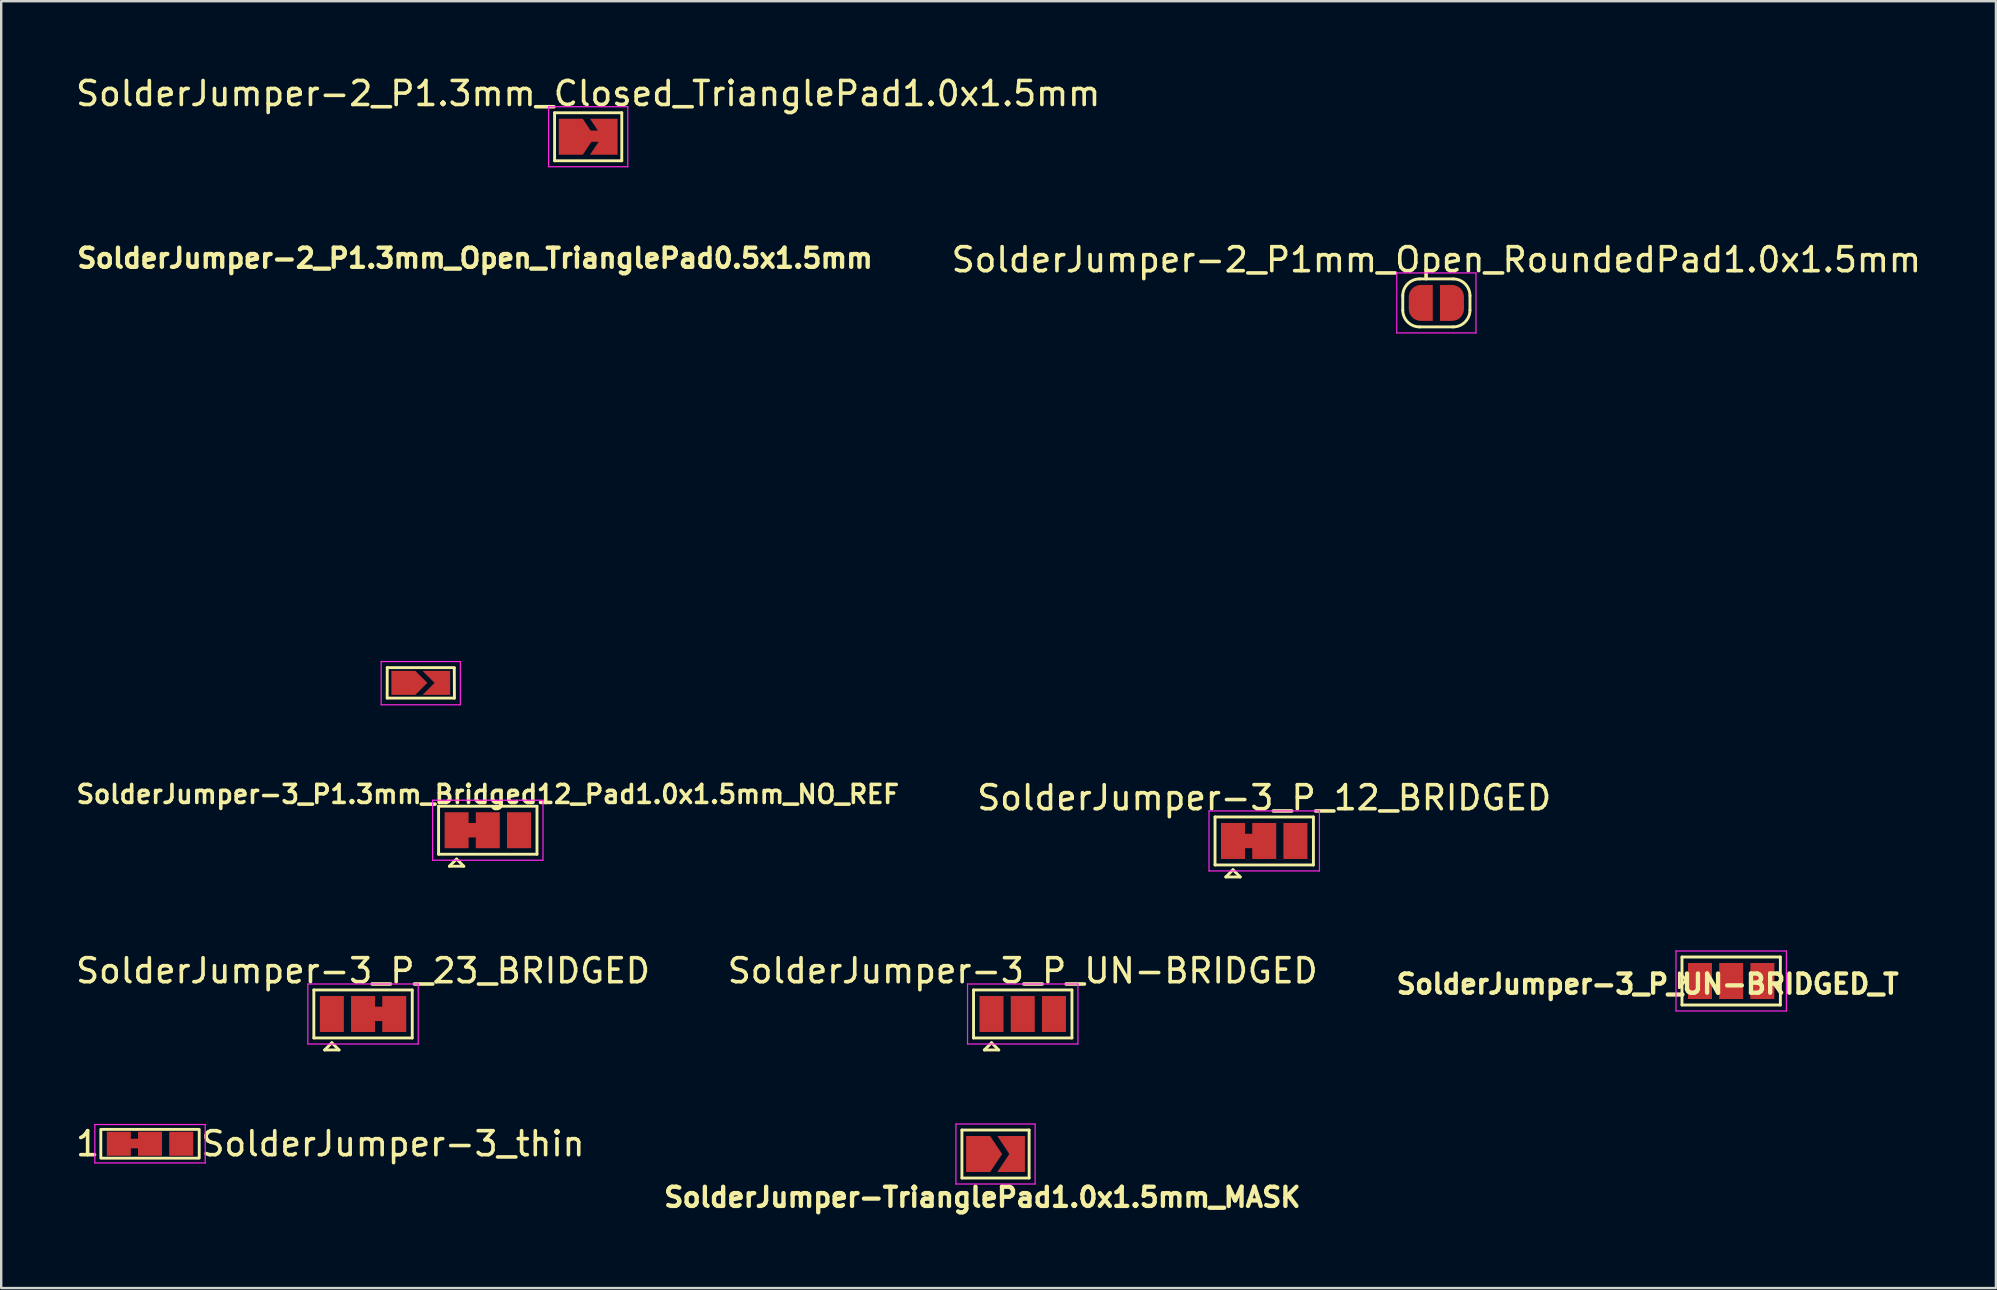
<source format=kicad_pcb>
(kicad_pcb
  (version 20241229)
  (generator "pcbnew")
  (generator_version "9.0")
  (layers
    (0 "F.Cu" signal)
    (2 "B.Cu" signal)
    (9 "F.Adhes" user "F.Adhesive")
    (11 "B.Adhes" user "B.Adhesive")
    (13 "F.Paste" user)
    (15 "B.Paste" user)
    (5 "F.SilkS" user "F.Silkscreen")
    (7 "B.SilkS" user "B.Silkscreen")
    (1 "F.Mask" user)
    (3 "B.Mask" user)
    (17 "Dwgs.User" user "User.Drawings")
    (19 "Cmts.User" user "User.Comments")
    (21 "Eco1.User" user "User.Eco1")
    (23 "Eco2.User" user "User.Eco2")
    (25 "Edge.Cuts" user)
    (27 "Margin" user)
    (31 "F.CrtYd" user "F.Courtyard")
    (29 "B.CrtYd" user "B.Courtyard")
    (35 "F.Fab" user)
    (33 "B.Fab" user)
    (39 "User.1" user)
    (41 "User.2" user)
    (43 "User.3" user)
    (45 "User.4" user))
  (footprint "SolderJumper-3_P_UN-BRIDGED"
    (layer "F.Cu")
    (at 39.565 39.2)
    (property "Reference" "SolderJumper-3_P_UN-BRIDGED" (at 0 -1.8 0) (layer "F.SilkS") (effects (font (size 1 1) (thickness 0.15))))
    (attr exclude_from_pos_files exclude_from_bom)
    (fp_line (start -2.05 -1) (end 2.05 -1) (stroke (width 0.12) (type solid)) (layer "F.SilkS"))
    (fp_line (start -2.05 1) (end -2.05 -1) (stroke (width 0.12) (type solid)) (layer "F.SilkS"))
    (fp_line (start -1.6 1.5) (end -1 1.5) (stroke (width 0.12) (type solid)) (layer "F.SilkS"))
    (fp_line (start -1.3 1.2) (end -1.6 1.5) (stroke (width 0.12) (type solid)) (layer "F.SilkS"))
    (fp_line (start -1.3 1.2) (end -1 1.5) (stroke (width 0.12) (type solid)) (layer "F.SilkS"))
    (fp_line (start 2.05 -1) (end 2.05 1) (stroke (width 0.12) (type solid)) (layer "F.SilkS"))
    (fp_line (start 2.05 1) (end -2.05 1) (stroke (width 0.12) (type solid)) (layer "F.SilkS"))
    (fp_line (start -2.3 -1.25) (end -2.3 1.25) (stroke (width 0.05) (type solid)) (layer "F.CrtYd"))
    (fp_line (start -2.3 -1.25) (end 2.3 -1.25) (stroke (width 0.05) (type solid)) (layer "F.CrtYd"))
    (fp_line (start 2.3 1.25) (end -2.3 1.25) (stroke (width 0.05) (type solid)) (layer "F.CrtYd"))
    (fp_line (start 2.3 1.25) (end 2.3 -1.25) (stroke (width 0.05) (type solid)) (layer "F.CrtYd"))
    (pad "1" smd rect (at -1.3 0) (size 1 1.5) (layers "F.Cu" "F.Mask"))
    (pad "2" smd rect (at 0 0) (size 1 1.5) (layers "F.Cu" "F.Mask"))
    (pad "3" smd rect (at 1.3 0) (size 1 1.5) (layers "F.Cu" "F.Mask")))
  (footprint "SolderJumper-2_P1mm_Open_RoundedPad1.0x1.5mm"
    (layer "F.Cu")
    (at 56.8 9.572)
    (property "Reference" "SolderJumper-2_P1mm_Open_RoundedPad1.0x1.5mm" (at 0 -1.8 0) (layer "F.SilkS") (effects (font (size 1 1) (thickness 0.15))))
    (attr exclude_from_pos_files exclude_from_bom)
    (fp_line (start -1.4 0.3) (end -1.4 -0.3) (stroke (width 0.12) (type solid)) (layer "F.SilkS"))
    (fp_line (start -0.7 -1) (end 0.7 -1) (stroke (width 0.12) (type solid)) (layer "F.SilkS"))
    (fp_line (start 0.7 1) (end -0.7 1) (stroke (width 0.12) (type solid)) (layer "F.SilkS"))
    (fp_line (start 1.4 -0.3) (end 1.4 0.3) (stroke (width 0.12) (type solid)) (layer "F.SilkS"))
    (fp_arc (start -1.4 -0.3) (mid -1.194975 -0.794975) (end -0.7 -1) (stroke (width 0.12) (type solid)) (layer "F.SilkS"))
    (fp_arc (start -0.7 1) (mid -1.194975 0.794975) (end -1.4 0.3) (stroke (width 0.12) (type solid)) (layer "F.SilkS"))
    (fp_arc (start 0.7 -1) (mid 1.194975 -0.794975) (end 1.4 -0.3) (stroke (width 0.12) (type solid)) (layer "F.SilkS"))
    (fp_arc (start 1.4 0.3) (mid 1.194975 0.794975) (end 0.7 1) (stroke (width 0.12) (type solid)) (layer "F.SilkS"))
    (fp_line (start -1.65 -1.25) (end -1.65 1.25) (stroke (width 0.05) (type solid)) (layer "F.CrtYd"))
    (fp_line (start -1.65 -1.25) (end 1.65 -1.25) (stroke (width 0.05) (type solid)) (layer "F.CrtYd"))
    (fp_line (start 1.65 1.25) (end -1.65 1.25) (stroke (width 0.05) (type solid)) (layer "F.CrtYd"))
    (fp_line (start 1.65 1.25) (end 1.65 -1.25) (stroke (width 0.05) (type solid)) (layer "F.CrtYd"))
    (pad "1" smd custom (at -0.65 0) (size 1 0.5) (layers "F.Cu" "F.Mask") (options (anchor rect)) (primitives (gr_circle (center 0 0.25) (end 0.5 0.25) (width 0) (fill yes)) (gr_circle (center 0 -0.25) (end 0.5 -0.25) (width 0) (fill yes)) (gr_poly (pts (xy 0.5 0.75) (xy 0 0.75) (xy 0 -0.75) (xy 0.5 -0.75)) (width 0) (fill yes))))
    (pad "2" smd custom (at 0.65 0) (size 1 0.5) (layers "F.Cu" "F.Mask") (options (anchor rect)) (primitives (gr_circle (center 0 0.25) (end 0.5 0.25) (width 0) (fill yes)) (gr_circle (center 0 -0.25) (end 0.5 -0.25) (width 0) (fill yes)) (gr_poly (pts (xy 0 0.75) (xy -0.5 0.75) (xy -0.5 -0.75) (xy 0 -0.75)) (width 0) (fill yes)))))
  (footprint "SolderJumper-2_P1.3mm_Open_TrianglePad0.5x1.5mm"
    (layer "F.Cu")
    (at 14.482 25.404)
    (property "Reference" "SolderJumper-2_P1.3mm_Open_TrianglePad0.5x1.5mm" (at 2.26 -17.697 0) (layer "F.SilkS") (effects (font (size 0.8 0.8) (thickness 0.18))))
    (attr exclude_from_pos_files exclude_from_bom)
    (fp_line (start -1.4 0.635) (end -1.397 -0.635) (stroke (width 0.12) (type solid)) (layer "F.SilkS"))
    (fp_line (start -1.397 -0.635) (end 1.403 -0.635) (stroke (width 0.12) (type solid)) (layer "F.SilkS"))
    (fp_line (start 1.397 -0.61) (end 1.403 0.635) (stroke (width 0.12) (type solid)) (layer "F.SilkS"))
    (fp_line (start 1.403 0.635) (end -1.397 0.635) (stroke (width 0.12) (type solid)) (layer "F.SilkS"))
    (fp_line (start -1.65 -0.889) (end -1.65 0.914) (stroke (width 0.05) (type solid)) (layer "F.CrtYd"))
    (fp_line (start -1.65 -0.889) (end 1.65 -0.889) (stroke (width 0.05) (type solid)) (layer "F.CrtYd"))
    (fp_line (start 1.65 0.914) (end -1.65 0.914) (stroke (width 0.05) (type solid)) (layer "F.CrtYd"))
    (fp_line (start 1.65 0.914) (end 1.65 -0.889) (stroke (width 0.05) (type solid)) (layer "F.CrtYd"))
    (pad "1" smd custom (at -0.725 0) (size 0.3 0.3) (layers "F.Cu" "F.Mask") (options (anchor rect)) (primitives (gr_poly (pts (xy -0.5 -0.5) (xy 0.5 -0.5) (xy 1 0) (xy 0.5 0.5) (xy -0.5 0.5)) (width 0) (fill yes))))
    (pad "2" smd custom (at 0.725 0) (size 0.3 0.3) (layers "F.Cu" "F.Mask") (options (anchor rect)) (primitives (gr_poly (pts (xy -0.65 -0.5) (xy 0.5 -0.5) (xy 0.5 0.5) (xy -0.65 0.5) (xy -0.15 0)) (width 0) (fill yes)))))
  (footprint "SolderJumper-3_P_UN-BRIDGED_T"
    (layer "F.Cu")
    (at 69.084 37.826)
    (property "Reference" "SolderJumper-3_P_UN-BRIDGED_T" (at -3.48 0.127 180) (layer "F.SilkS") (effects (font (size 0.8 0.8) (thickness 0.18))))
    (attr exclude_from_pos_files exclude_from_bom)
    (fp_line (start -2.159 -0.33) (end -2.159 0.27) (stroke (width 0.12) (type solid)) (layer "F.SilkS"))
    (fp_line (start -2.05 -1) (end 2.05 -1) (stroke (width 0.12) (type solid)) (layer "F.SilkS"))
    (fp_line (start -2.05 1) (end -2.05 -1) (stroke (width 0.12) (type solid)) (layer "F.SilkS"))
    (fp_line (start -1.88 -0.051) (end -2.159 -0.33) (stroke (width 0.12) (type solid)) (layer "F.SilkS"))
    (fp_line (start -1.88 -0.051) (end -2.159 0.27) (stroke (width 0.12) (type solid)) (layer "F.SilkS"))
    (fp_line (start 2.05 -1) (end 2.05 1) (stroke (width 0.12) (type solid)) (layer "F.SilkS"))
    (fp_line (start 2.05 1) (end -2.05 1) (stroke (width 0.12) (type solid)) (layer "F.SilkS"))
    (fp_line (start -2.3 -1.25) (end -2.3 1.25) (stroke (width 0.05) (type solid)) (layer "F.CrtYd"))
    (fp_line (start -2.3 -1.25) (end 2.3 -1.25) (stroke (width 0.05) (type solid)) (layer "F.CrtYd"))
    (fp_line (start 2.3 1.25) (end -2.3 1.25) (stroke (width 0.05) (type solid)) (layer "F.CrtYd"))
    (fp_line (start 2.3 1.25) (end 2.3 -1.25) (stroke (width 0.05) (type solid)) (layer "F.CrtYd"))
    (pad "1" smd rect (at -1.3 0) (size 1 1.5) (layers "F.Cu" "F.Mask"))
    (pad "2" smd rect (at 0 0) (size 1 1.5) (layers "F.Cu" "F.Mask"))
    (pad "3" smd rect (at 1.3 0) (size 1 1.5) (layers "F.Cu" "F.Mask")))
  (footprint "SolderJumper-3_thin"
    (layer "F.Cu")
    (at 3.201 44.608)
    (property "Reference" "SolderJumper-3_thin" (at 2.05 0 0) (unlocked yes) (layer "F.SilkS") (effects (font (size 1 1) (thickness 0.15)) (justify left)))
    (attr exclude_from_pos_files exclude_from_bom)
    (fp_poly (pts (xy -0.9 -0.21) (xy -0.4 -0.21) (xy -0.4 0.19) (xy -0.9 0.19)) (stroke (width 0) (type solid)) (fill yes) (layer "F.Cu"))
    (fp_line (start -2.05 0.6) (end -2.05 -0.6) (stroke (width 0.12) (type solid)) (layer "F.SilkS"))
    (fp_line (start -2 -0.6) (end 2 -0.6) (stroke (width 0.12) (type solid)) (layer "F.SilkS"))
    (fp_line (start 2 0.6) (end -2 0.6) (stroke (width 0.12) (type solid)) (layer "F.SilkS"))
    (fp_line (start 2.05 -0.6) (end 2.05 0.6) (stroke (width 0.12) (type solid)) (layer "F.SilkS"))
    (fp_line (start -2.3 -0.8) (end -2.3 0.8) (stroke (width 0.05) (type solid)) (layer "F.CrtYd"))
    (fp_line (start -2.3 -0.8) (end 2.3 -0.8) (stroke (width 0.05) (type solid)) (layer "F.CrtYd"))
    (fp_line (start 2.3 0.8) (end -2.3 0.8) (stroke (width 0.05) (type solid)) (layer "F.CrtYd"))
    (fp_line (start 2.3 0.8) (end 2.3 -0.8) (stroke (width 0.05) (type solid)) (layer "F.CrtYd"))
    (fp_text user "1" (at -2.6 0 0) (layer "F.SilkS") (effects (font (size 1 1) (thickness 0.15))))
    (pad "1" smd rect (at -1.3 0) (size 1 1) (layers "F.Cu" "F.Mask"))
    (pad "2" smd rect (at 0 0) (size 1 1) (layers "F.Cu" "F.Mask"))
    (pad "3" smd rect (at 1.3 0) (size 1 1) (layers "F.Cu" "F.Mask")))
  (footprint "SolderJumper-3_P_23_BRIDGED"
    (layer "F.Cu")
    (at 12.077 39.2)
    (property "Reference" "SolderJumper-3_P_23_BRIDGED" (at 0 -1.8 0) (layer "F.SilkS") (effects (font (size 1 1) (thickness 0.15))))
    (attr exclude_from_pos_files exclude_from_bom)
    (fp_poly (pts (xy 0.389 -0.305) (xy 0.889 -0.305) (xy 0.889 0.295) (xy 0.389 0.295)) (stroke (width 0) (type solid)) (fill yes) (layer "F.Cu"))
    (fp_line (start -2.05 -1) (end 2.05 -1) (stroke (width 0.12) (type solid)) (layer "F.SilkS"))
    (fp_line (start -2.05 1) (end -2.05 -1) (stroke (width 0.12) (type solid)) (layer "F.SilkS"))
    (fp_line (start -1.6 1.5) (end -1 1.5) (stroke (width 0.12) (type solid)) (layer "F.SilkS"))
    (fp_line (start -1.3 1.2) (end -1.6 1.5) (stroke (width 0.12) (type solid)) (layer "F.SilkS"))
    (fp_line (start -1.3 1.2) (end -1 1.5) (stroke (width 0.12) (type solid)) (layer "F.SilkS"))
    (fp_line (start 2.05 -1) (end 2.05 1) (stroke (width 0.12) (type solid)) (layer "F.SilkS"))
    (fp_line (start 2.05 1) (end -2.05 1) (stroke (width 0.12) (type solid)) (layer "F.SilkS"))
    (fp_line (start -2.3 -1.25) (end -2.3 1.25) (stroke (width 0.05) (type solid)) (layer "F.CrtYd"))
    (fp_line (start -2.3 -1.25) (end 2.3 -1.25) (stroke (width 0.05) (type solid)) (layer "F.CrtYd"))
    (fp_line (start 2.3 1.25) (end -2.3 1.25) (stroke (width 0.05) (type solid)) (layer "F.CrtYd"))
    (fp_line (start 2.3 1.25) (end 2.3 -1.25) (stroke (width 0.05) (type solid)) (layer "F.CrtYd"))
    (pad "1" smd rect (at -1.3 0) (size 1 1.5) (layers "F.Cu" "F.Mask"))
    (pad "2" smd rect (at 0 0) (size 1 1.5) (layers "F.Cu" "F.Mask"))
    (pad "3" smd rect (at 1.3 0) (size 1 1.5) (layers "F.Cu" "F.Mask")))
  (footprint "SolderJumper-3_P_12_BRIDGED"
    (layer "F.Cu")
    (at 49.627 31.991)
    (property "Reference" "SolderJumper-3_P_12_BRIDGED" (at 0 -1.8 0) (layer "F.SilkS") (effects (font (size 1 1) (thickness 0.15))))
    (attr exclude_from_pos_files exclude_from_bom)
    (fp_poly (pts (xy -0.9 -0.3) (xy -0.4 -0.3) (xy -0.4 0.3) (xy -0.9 0.3)) (stroke (width 0) (type solid)) (fill yes) (layer "F.Cu"))
    (fp_line (start -2.05 -1) (end 2.05 -1) (stroke (width 0.12) (type solid)) (layer "F.SilkS"))
    (fp_line (start -2.05 1) (end -2.05 -1) (stroke (width 0.12) (type solid)) (layer "F.SilkS"))
    (fp_line (start -1.6 1.5) (end -1 1.5) (stroke (width 0.12) (type solid)) (layer "F.SilkS"))
    (fp_line (start -1.3 1.2) (end -1.6 1.5) (stroke (width 0.12) (type solid)) (layer "F.SilkS"))
    (fp_line (start -1.3 1.2) (end -1 1.5) (stroke (width 0.12) (type solid)) (layer "F.SilkS"))
    (fp_line (start 2.05 -1) (end 2.05 1) (stroke (width 0.12) (type solid)) (layer "F.SilkS"))
    (fp_line (start 2.05 1) (end -2.05 1) (stroke (width 0.12) (type solid)) (layer "F.SilkS"))
    (fp_line (start -2.3 -1.25) (end -2.3 1.25) (stroke (width 0.05) (type solid)) (layer "F.CrtYd"))
    (fp_line (start -2.3 -1.25) (end 2.3 -1.25) (stroke (width 0.05) (type solid)) (layer "F.CrtYd"))
    (fp_line (start 2.3 1.25) (end -2.3 1.25) (stroke (width 0.05) (type solid)) (layer "F.CrtYd"))
    (fp_line (start 2.3 1.25) (end 2.3 -1.25) (stroke (width 0.05) (type solid)) (layer "F.CrtYd"))
    (pad "1" smd rect (at -1.3 0 180) (size 1 1.5) (layers "F.Cu" "F.Mask"))
    (pad "2" smd rect (at 0 0 180) (size 1 1.5) (layers "F.Cu" "F.Mask"))
    (pad "3" smd rect (at 1.3 0 180) (size 1 1.5) (layers "F.Cu" "F.Mask")))
  (footprint "SolderJumper-3_P1.3mm_Bridged12_Pad1.0x1.5mm_NO_REF"
    (layer "F.Cu")
    (at 17.275 31.544)
    (property "Reference" "SolderJumper-3_P1.3mm_Bridged12_Pad1.0x1.5mm_NO_REF" (at 0 -1.499 0) (layer "F.SilkS") (effects (font (size 0.75 0.75) (thickness 0.15))))
    (attr exclude_from_pos_files)
    (fp_poly (pts (xy -0.9 -0.3) (xy -0.4 -0.3) (xy -0.4 0.3) (xy -0.9 0.3)) (stroke (width 0) (type solid)) (fill yes) (layer "F.Cu"))
    (fp_line (start -2.05 -1) (end 2.05 -1) (stroke (width 0.12) (type solid)) (layer "F.SilkS"))
    (fp_line (start -2.05 1) (end -2.05 -1) (stroke (width 0.12) (type solid)) (layer "F.SilkS"))
    (fp_line (start -1.6 1.5) (end -1 1.5) (stroke (width 0.12) (type solid)) (layer "F.SilkS"))
    (fp_line (start -1.3 1.2) (end -1.6 1.5) (stroke (width 0.12) (type solid)) (layer "F.SilkS"))
    (fp_line (start -1.3 1.2) (end -1 1.5) (stroke (width 0.12) (type solid)) (layer "F.SilkS"))
    (fp_line (start 2.05 -1) (end 2.05 1) (stroke (width 0.12) (type solid)) (layer "F.SilkS"))
    (fp_line (start 2.05 1) (end -2.05 1) (stroke (width 0.12) (type solid)) (layer "F.SilkS"))
    (fp_line (start -2.3 -1.25) (end -2.3 1.25) (stroke (width 0.05) (type solid)) (layer "F.CrtYd"))
    (fp_line (start -2.3 -1.25) (end 2.3 -1.25) (stroke (width 0.05) (type solid)) (layer "F.CrtYd"))
    (fp_line (start 2.3 1.25) (end -2.3 1.25) (stroke (width 0.05) (type solid)) (layer "F.CrtYd"))
    (fp_line (start 2.3 1.25) (end 2.3 -1.25) (stroke (width 0.05) (type solid)) (layer "F.CrtYd"))
    (pad "1" smd rect (at -1.3 0 180) (size 1 1.5) (layers "F.Cu" "F.Mask"))
    (pad "2" smd rect (at 0 0 180) (size 1 1.5) (layers "F.Cu" "F.Mask"))
    (pad "3" smd rect (at 1.3 0 180) (size 1 1.5) (layers "F.Cu" "F.Mask")))
  (footprint "SolderJumper-2_P1.3mm_Closed_TrianglePad1.0x1.5mm"
    (layer "F.Cu")
    (at 21.458 2.648)
    (property "Reference" "SolderJumper-2_P1.3mm_Closed_TrianglePad1.0x1.5mm" (at 0 -1.8 0) (layer "F.SilkS") (effects (font (size 1 1) (thickness 0.15))))
    (attr exclude_from_pos_files exclude_from_bom)
    (fp_rect (start -0.15 -0.2) (end 0.825 0.15) (stroke (width 0.12) (type solid)) (fill yes) (layer "F.Cu"))
    (fp_line (start -1.4 -1) (end 1.4 -1) (stroke (width 0.12) (type solid)) (layer "F.SilkS"))
    (fp_line (start -1.4 1) (end -1.4 -1) (stroke (width 0.12) (type solid)) (layer "F.SilkS"))
    (fp_line (start 1.4 -1) (end 1.4 1) (stroke (width 0.12) (type solid)) (layer "F.SilkS"))
    (fp_line (start 1.4 1) (end -1.4 1) (stroke (width 0.12) (type solid)) (layer "F.SilkS"))
    (fp_line (start -1.65 -1.25) (end -1.65 1.25) (stroke (width 0.05) (type solid)) (layer "F.CrtYd"))
    (fp_line (start -1.65 -1.25) (end 1.65 -1.25) (stroke (width 0.05) (type solid)) (layer "F.CrtYd"))
    (fp_line (start 1.65 1.25) (end -1.65 1.25) (stroke (width 0.05) (type solid)) (layer "F.CrtYd"))
    (fp_line (start 1.65 1.25) (end 1.65 -1.25) (stroke (width 0.05) (type solid)) (layer "F.CrtYd"))
    (pad "1" smd custom (at -0.725 0) (size 0.3 0.3) (layers "F.Cu" "F.Mask") (options (anchor rect)) (primitives (gr_poly (pts (xy 1 0) (xy 0.5 0.75) (xy -0.5 0.75) (xy -0.5 -0.75) (xy 0.5 -0.75)) (width 0) (fill yes))))
    (pad "2" smd custom (at 0.725 0) (size 0.3 0.3) (layers "F.Cu" "F.Mask") (options (anchor rect)) (primitives (gr_poly (pts (xy 0.5 0.75) (xy -0.65 0.75) (xy -0.15 0) (xy -0.65 -0.75) (xy 0.5 -0.75)) (width 0) (fill yes)))))
  (footprint "SolderJumper-TrianglePad1.0x1.5mm_MASK"
    (layer "F.Cu")
    (at 38.431 45.035)
    (property "Reference" "SolderJumper-TrianglePad1.0x1.5mm_MASK" (at -0.549 1.802 180) (layer "F.SilkS") (effects (font (size 0.8 0.8) (thickness 0.18))))
    (attr exclude_from_pos_files exclude_from_bom)
    (fp_poly (pts (xy 1.219 0.742) (xy -1.219 0.747) (xy -1.224 -0.752) (xy 1.214 -0.752)) (stroke (width 0.1) (type solid)) (fill yes) (layer "F.Mask"))
    (fp_line (start -1.4 -1) (end 1.4 -1) (stroke (width 0.12) (type solid)) (layer "F.SilkS"))
    (fp_line (start -1.4 1) (end -1.4 -1) (stroke (width 0.12) (type solid)) (layer "F.SilkS"))
    (fp_line (start 1.4 -1) (end 1.4 1) (stroke (width 0.12) (type solid)) (layer "F.SilkS"))
    (fp_line (start 1.4 1) (end -1.4 1) (stroke (width 0.12) (type solid)) (layer "F.SilkS"))
    (fp_line (start -1.65 -1.25) (end -1.65 1.25) (stroke (width 0.05) (type solid)) (layer "F.CrtYd"))
    (fp_line (start -1.65 -1.25) (end 1.65 -1.25) (stroke (width 0.05) (type solid)) (layer "F.CrtYd"))
    (fp_line (start 1.65 1.25) (end -1.65 1.25) (stroke (width 0.05) (type solid)) (layer "F.CrtYd"))
    (fp_line (start 1.65 1.25) (end 1.65 -1.25) (stroke (width 0.05) (type solid)) (layer "F.CrtYd"))
    (pad "1" smd custom (at -0.725 0) (size 0.3 0.3) (layers "F.Cu" "F.Mask") (options (anchor rect)) (primitives (gr_poly (pts (xy -0.5 -0.75) (xy 0.5 -0.75) (xy 1 0) (xy 0.5 0.75) (xy -0.5 0.75)) (width 0) (fill yes))))
    (pad "2" smd custom (at 0.725 0) (size 0.3 0.3) (layers "F.Cu" "F.Mask") (options (anchor rect)) (primitives (gr_poly (pts (xy -0.65 -0.75) (xy 0.5 -0.75) (xy 0.5 0.75) (xy -0.65 0.75) (xy -0.15 0)) (width 0) (fill yes)))))
  (gr_rect
    (start -3 -3)
    (end 80.116 50.621)
    (stroke (width 0.1) (type default))
    (fill no)
    (layer "Edge.Cuts")))
</source>
